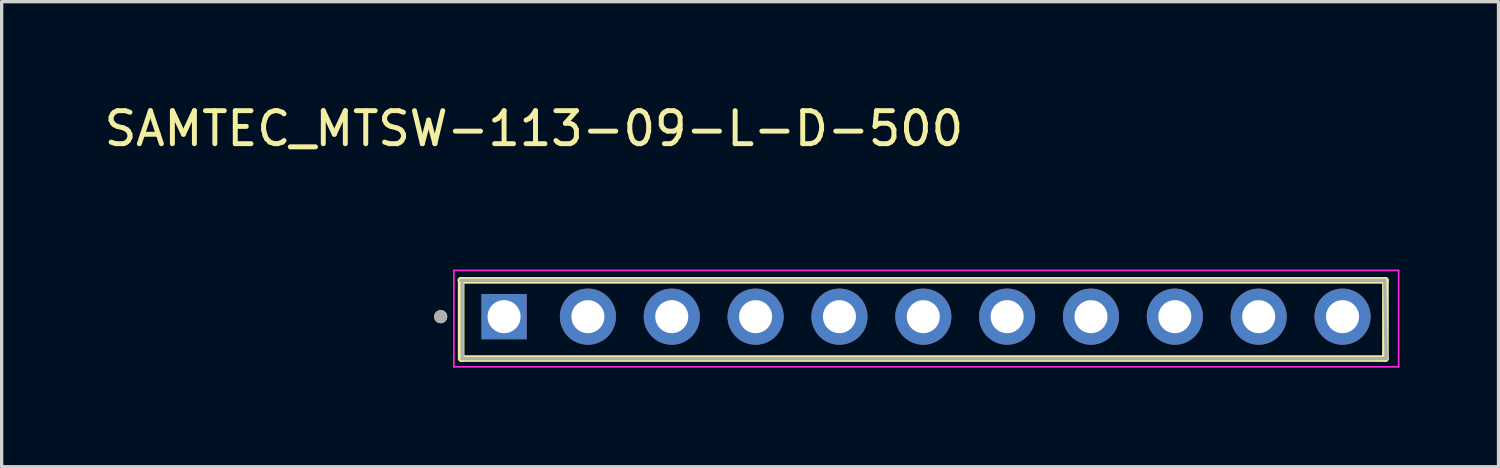
<source format=kicad_pcb>
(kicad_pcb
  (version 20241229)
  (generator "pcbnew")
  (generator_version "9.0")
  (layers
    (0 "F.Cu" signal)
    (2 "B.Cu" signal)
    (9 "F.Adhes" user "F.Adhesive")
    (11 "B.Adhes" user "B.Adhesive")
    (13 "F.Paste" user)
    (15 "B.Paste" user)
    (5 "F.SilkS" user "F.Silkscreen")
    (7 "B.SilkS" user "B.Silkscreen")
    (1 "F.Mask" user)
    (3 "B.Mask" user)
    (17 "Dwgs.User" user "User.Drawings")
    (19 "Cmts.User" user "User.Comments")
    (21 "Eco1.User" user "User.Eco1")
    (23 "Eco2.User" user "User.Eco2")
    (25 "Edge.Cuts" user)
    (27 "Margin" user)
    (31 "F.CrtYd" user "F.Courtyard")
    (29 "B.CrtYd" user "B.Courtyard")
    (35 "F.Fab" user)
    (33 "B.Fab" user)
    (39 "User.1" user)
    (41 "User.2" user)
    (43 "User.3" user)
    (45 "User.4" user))
  (footprint "SAMTEC_MTSW-113-09-L-D-500"
    (layer "F.Cu")
    (at 12.22 6.543)
    (property "Reference" "SAMTEC_MTSW-113-09-L-D-500" (at 0.905 -5.695 0) (layer "F.SilkS") (effects (font (size 1 1) (thickness 0.15))))
    (attr through_hole)
    (fp_line (start -1.3 1.27) (end -1.3 -1.1) (stroke (width 0.2) (type solid)) (layer "F.SilkS"))
    (fp_line (start 26.7 -1.1) (end -1.31 -1.1) (stroke (width 0.2) (type solid)) (layer "F.SilkS"))
    (fp_line (start 26.7 -1.1) (end 26.7 1.27) (stroke (width 0.2) (type solid)) (layer "F.SilkS"))
    (fp_line (start 26.7 1.27) (end -1.27 1.27) (stroke (width 0.2) (type solid)) (layer "F.SilkS"))
    (fp_circle (center -1.92 0) (end -1.82 0) (stroke (width 0.2) (type solid)) (fill no) (layer "F.SilkS"))
    (fp_line (start -1.52 -1.4) (end 27.1 -1.4) (stroke (width 0.05) (type solid)) (layer "F.CrtYd"))
    (fp_line (start -1.52 1.52) (end -1.52 -1.4) (stroke (width 0.05) (type solid)) (layer "F.CrtYd"))
    (fp_line (start 27.1 -1.4) (end 27.1 1.52) (stroke (width 0.05) (type solid)) (layer "F.CrtYd"))
    (fp_line (start 27.1 1.52) (end -1.52 1.52) (stroke (width 0.05) (type solid)) (layer "F.CrtYd"))
    (fp_line (start -1.31 -1.1) (end 26.68 -1.1) (stroke (width 0.1) (type solid)) (layer "F.Fab"))
    (fp_line (start -1.27 1.27) (end -1.27 -1) (stroke (width 0.1) (type solid)) (layer "F.Fab"))
    (fp_line (start 26.68 -1.1) (end 26.72 1.27) (stroke (width 0.1) (type solid)) (layer "F.Fab"))
    (fp_line (start 26.72 1.27) (end -1.27 1.27) (stroke (width 0.1) (type solid)) (layer "F.Fab"))
    (fp_circle (center -1.92 0) (end -1.82 0) (stroke (width 0.2) (type solid)) (fill no) (layer "F.Fab"))
    (pad "1" thru_hole rect (at 0 0) (size 1.37 1.37) (drill 1) (layers "*.Cu" "*.Mask"))
    (pad "2" thru_hole circle (at 2.54 0) (size 1.7 1.7) (drill 1) (layers "*.Cu" "*.Mask"))
    (pad "6" thru_hole circle (at 5.08 0) (size 1.7 1.7) (drill 1) (layers "*.Cu" "*.Mask"))
    (pad "11" thru_hole circle (at 7.62 0) (size 1.7 1.7) (drill 1) (layers "*.Cu" "*.Mask"))
    (pad "18" thru_hole circle (at 10.16 0) (size 1.7 1.7) (drill 1) (layers "*.Cu" "*.Mask" "Eco1.User"))
    (pad "19" thru_hole circle (at 12.7 0) (size 1.7 1.7) (drill 1) (layers "*.Cu" "*.Mask"))
    (pad "21" thru_hole circle (at 15.24 0) (size 1.7 1.7) (drill 1) (layers "*.Cu" "*.Mask"))
    (pad "22" thru_hole circle (at 17.78 0) (size 1.7 1.7) (drill 1) (layers "*.Cu" "*.Mask"))
    (pad "23" thru_hole circle (at 20.32 0) (size 1.7 1.7) (drill 1) (layers "*.Cu" "*.Mask"))
    (pad "24" thru_hole circle (at 22.86 0) (size 1.7 1.7) (drill 1) (layers "*.Cu" "*.Mask"))
    (pad "26" thru_hole circle (at 25.4 0) (size 1.7 1.7) (drill 1) (layers "*.Cu" "*.Mask")))
  (gr_rect
    (start -3 -3)
    (end 42.345 11.088)
    (stroke (width 0.1) (type default))
    (fill no)
    (layer "Edge.Cuts")))
</source>
